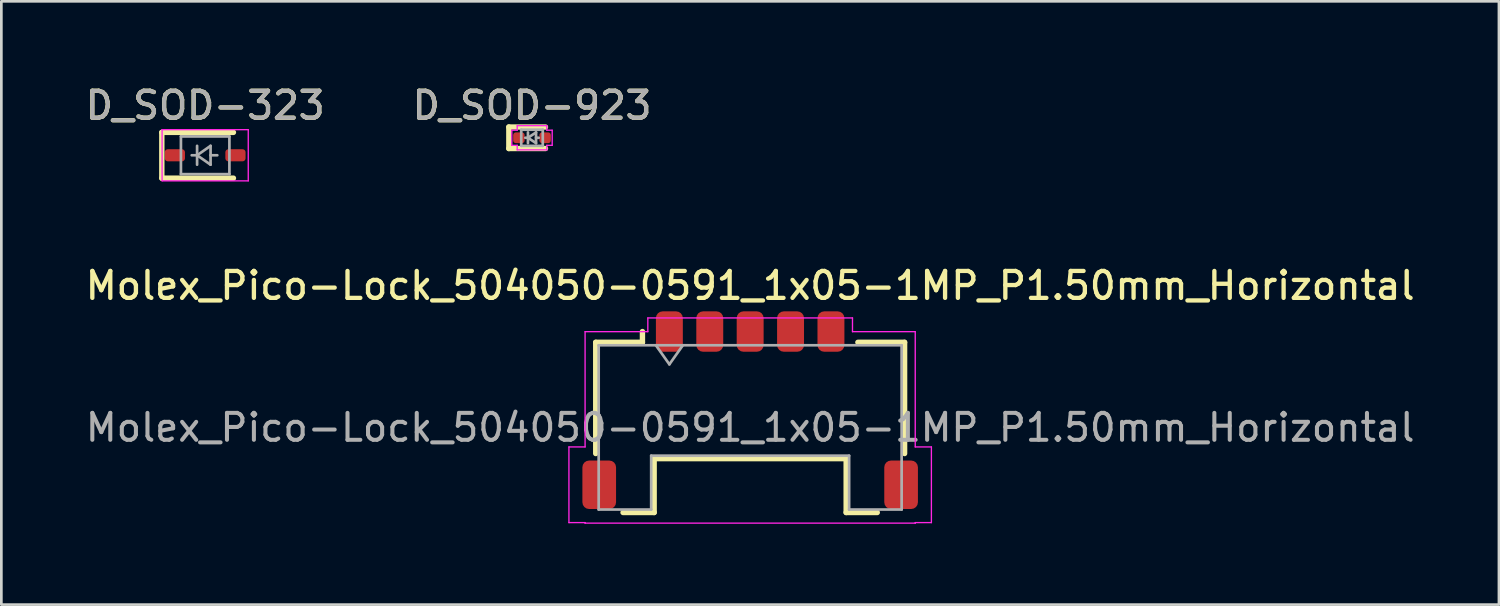
<source format=kicad_pcb>
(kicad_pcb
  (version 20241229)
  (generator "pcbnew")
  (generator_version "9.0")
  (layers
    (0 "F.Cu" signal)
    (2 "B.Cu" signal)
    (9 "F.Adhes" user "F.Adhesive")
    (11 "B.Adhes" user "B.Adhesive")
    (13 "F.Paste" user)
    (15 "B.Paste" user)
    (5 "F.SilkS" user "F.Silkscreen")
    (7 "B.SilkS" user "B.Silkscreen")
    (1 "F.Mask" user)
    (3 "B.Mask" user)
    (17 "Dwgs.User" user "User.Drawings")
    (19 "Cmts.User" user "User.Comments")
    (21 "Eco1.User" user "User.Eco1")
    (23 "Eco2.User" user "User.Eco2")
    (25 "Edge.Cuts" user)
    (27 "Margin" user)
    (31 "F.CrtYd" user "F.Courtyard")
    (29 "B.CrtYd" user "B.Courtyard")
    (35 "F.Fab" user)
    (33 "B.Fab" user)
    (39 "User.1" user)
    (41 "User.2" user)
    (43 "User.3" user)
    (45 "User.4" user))
  (footprint "D_SOD-323"
    (layer "F.Cu")
    (at 4.569 2.716)
    (property "Reference" "D_SOD-323" (at 0 -1.85 0) (layer "F.SilkS") (effects (font (size 1 1) (thickness 0.16))))
    (attr smd)
    (fp_line (start -1.61 -0.85) (end -1.61 0.85) (stroke (width 0.2) (type solid)) (layer "F.SilkS"))
    (fp_line (start -1.61 -0.85) (end 1.05 -0.85) (stroke (width 0.2) (type solid)) (layer "F.SilkS"))
    (fp_line (start -1.61 0.85) (end 1.05 0.85) (stroke (width 0.2) (type solid)) (layer "F.SilkS"))
    (fp_line (start -1.6 -0.95) (end -1.6 0.95) (stroke (width 0.05) (type solid)) (layer "F.CrtYd"))
    (fp_line (start -1.6 -0.95) (end 1.6 -0.95) (stroke (width 0.05) (type solid)) (layer "F.CrtYd"))
    (fp_line (start -1.6 0.95) (end 1.6 0.95) (stroke (width 0.05) (type solid)) (layer "F.CrtYd"))
    (fp_line (start 1.6 -0.95) (end 1.6 0.95) (stroke (width 0.05) (type solid)) (layer "F.CrtYd"))
    (fp_line (start -0.9 -0.7) (end 0.9 -0.7) (stroke (width 0.1) (type solid)) (layer "F.Fab"))
    (fp_line (start -0.9 0.7) (end -0.9 -0.7) (stroke (width 0.1) (type solid)) (layer "F.Fab"))
    (fp_line (start -0.3 -0.35) (end -0.3 0.35) (stroke (width 0.1) (type solid)) (layer "F.Fab"))
    (fp_line (start -0.3 0) (end -0.5 0) (stroke (width 0.1) (type solid)) (layer "F.Fab"))
    (fp_line (start -0.3 0) (end 0.2 -0.35) (stroke (width 0.1) (type solid)) (layer "F.Fab"))
    (fp_line (start 0.2 -0.35) (end 0.2 0.35) (stroke (width 0.1) (type solid)) (layer "F.Fab"))
    (fp_line (start 0.2 0) (end 0.45 0) (stroke (width 0.1) (type solid)) (layer "F.Fab"))
    (fp_line (start 0.2 0.35) (end -0.3 0) (stroke (width 0.1) (type solid)) (layer "F.Fab"))
    (fp_line (start 0.9 -0.7) (end 0.9 0.7) (stroke (width 0.1) (type solid)) (layer "F.Fab"))
    (fp_line (start 0.9 0.7) (end -0.9 0.7) (stroke (width 0.1) (type solid)) (layer "F.Fab"))
    (fp_text user "${REFERENCE}" (at 0 -1.85 0) (layer "F.Fab") (effects (font (size 1 1) (thickness 0.15))))
    (pad "1" smd roundrect (at -1.125 0) (size 0.75 0.45) (layers "F.Cu" "F.Mask" "F.Paste") (roundrect_rratio 0.25))
    (pad "2" smd roundrect (at 1.125 0) (size 0.75 0.45) (layers "F.Cu" "F.Mask" "F.Paste") (roundrect_rratio 0.25)))
  (footprint "D_SOD-923"
    (layer "F.Cu")
    (at 16.706 2.066)
    (property "Reference" "D_SOD-923" (at 0 -1.2 0) (layer "F.SilkS") (effects (font (size 1 1) (thickness 0.16))))
    (attr smd)
    (fp_line (start -0.86 -0.4) (end -0.86 0.4) (stroke (width 0.2) (type solid)) (layer "F.SilkS"))
    (fp_line (start 0.5 -0.4) (end -0.86 -0.4) (stroke (width 0.2) (type solid)) (layer "F.SilkS"))
    (fp_line (start 0.5 0.4) (end -0.86 0.4) (stroke (width 0.2) (type solid)) (layer "F.SilkS"))
    (fp_line (start -0.75 -0.28) (end -0.75 0.28) (stroke (width 0.05) (type solid)) (layer "F.CrtYd"))
    (fp_line (start -0.75 0.28) (end -0.55 0.28) (stroke (width 0.05) (type solid)) (layer "F.CrtYd"))
    (fp_line (start -0.55 -0.45) (end 0.55 -0.45) (stroke (width 0.05) (type solid)) (layer "F.CrtYd"))
    (fp_line (start -0.55 -0.28) (end -0.75 -0.28) (stroke (width 0.05) (type solid)) (layer "F.CrtYd"))
    (fp_line (start -0.55 -0.28) (end -0.55 -0.45) (stroke (width 0.05) (type solid)) (layer "F.CrtYd"))
    (fp_line (start -0.55 0.45) (end -0.55 0.28) (stroke (width 0.05) (type solid)) (layer "F.CrtYd"))
    (fp_line (start 0.55 -0.45) (end 0.55 -0.28) (stroke (width 0.05) (type solid)) (layer "F.CrtYd"))
    (fp_line (start 0.55 -0.28) (end 0.75 -0.28) (stroke (width 0.05) (type solid)) (layer "F.CrtYd"))
    (fp_line (start 0.55 0.28) (end 0.55 0.45) (stroke (width 0.05) (type solid)) (layer "F.CrtYd"))
    (fp_line (start 0.55 0.45) (end -0.55 0.45) (stroke (width 0.05) (type solid)) (layer "F.CrtYd"))
    (fp_line (start 0.75 -0.28) (end 0.75 0.28) (stroke (width 0.05) (type solid)) (layer "F.CrtYd"))
    (fp_line (start 0.75 0.28) (end 0.55 0.28) (stroke (width 0.05) (type solid)) (layer "F.CrtYd"))
    (fp_line (start -0.4 -0.3) (end 0.4 -0.3) (stroke (width 0.1) (type solid)) (layer "F.Fab"))
    (fp_line (start -0.4 0.3) (end -0.4 -0.3) (stroke (width 0.1) (type solid)) (layer "F.Fab"))
    (fp_line (start -0.15 0) (end -0.25 0) (stroke (width 0.1) (type solid)) (layer "F.Fab"))
    (fp_line (start -0.15 0) (end 0.15 0.2) (stroke (width 0.1) (type solid)) (layer "F.Fab"))
    (fp_line (start -0.15 0.2) (end -0.15 -0.2) (stroke (width 0.1) (type solid)) (layer "F.Fab"))
    (fp_line (start 0.15 -0.2) (end -0.15 0) (stroke (width 0.1) (type solid)) (layer "F.Fab"))
    (fp_line (start 0.15 0) (end 0.25 0) (stroke (width 0.1) (type solid)) (layer "F.Fab"))
    (fp_line (start 0.15 0.2) (end 0.15 -0.2) (stroke (width 0.1) (type solid)) (layer "F.Fab"))
    (fp_line (start 0.4 -0.3) (end 0.4 0.3) (stroke (width 0.1) (type solid)) (layer "F.Fab"))
    (fp_line (start 0.4 0.3) (end -0.4 0.3) (stroke (width 0.1) (type solid)) (layer "F.Fab"))
    (fp_text user "${REFERENCE}" (at 0 -1.2 0) (layer "F.Fab") (effects (font (size 1 1) (thickness 0.15))))
    (pad "1" smd roundrect (at -0.487 0 180) (size 0.425 0.4) (layers "F.Cu" "F.Mask" "F.Paste") (roundrect_rratio 0.25))
    (pad "2" smd roundrect (at 0.487 0 180) (size 0.425 0.4) (layers "F.Cu" "F.Mask" "F.Paste") (roundrect_rratio 0.25)))
  (footprint "Molex_Pico-Lock_504050-0591_1x05-1MP_P1.50mm_Horizontal"
    (layer "F.Cu")
    (at 24.807 12.557)
    (property "Reference" "Molex_Pico-Lock_504050-0591_1x05-1MP_P1.50mm_Horizontal" (at 0 -5 0) (layer "F.SilkS") (effects (font (size 1 1) (thickness 0.16))))
    (attr smd)
    (fp_line (start -5.735 -2.895) (end -4 -2.895) (stroke (width 0.2) (type solid)) (layer "F.SilkS"))
    (fp_line (start -5.735 1.235) (end -5.735 -2.895) (stroke (width 0.2) (type solid)) (layer "F.SilkS"))
    (fp_line (start -4.72 3.425) (end -3.565 3.425) (stroke (width 0.2) (type solid)) (layer "F.SilkS"))
    (fp_line (start -4 -2.895) (end -4 -3.295) (stroke (width 0.2) (type solid)) (layer "F.SilkS"))
    (fp_line (start -3.565 1.425) (end 3.565 1.425) (stroke (width 0.2) (type solid)) (layer "F.SilkS"))
    (fp_line (start -3.565 3.425) (end -3.565 1.425) (stroke (width 0.2) (type solid)) (layer "F.SilkS"))
    (fp_line (start 3.565 1.425) (end 3.565 3.425) (stroke (width 0.2) (type solid)) (layer "F.SilkS"))
    (fp_line (start 3.565 3.425) (end 4.72 3.425) (stroke (width 0.2) (type solid)) (layer "F.SilkS"))
    (fp_line (start 5.735 -2.895) (end 4 -2.895) (stroke (width 0.2) (type solid)) (layer "F.SilkS"))
    (fp_line (start 5.735 1.235) (end 5.735 -2.895) (stroke (width 0.2) (type solid)) (layer "F.SilkS"))
    (fp_line (start -6.73 0.99) (end -6.13 0.99) (stroke (width 0.05) (type solid)) (layer "F.CrtYd"))
    (fp_line (start -6.73 3.8) (end -6.73 0.99) (stroke (width 0.05) (type solid)) (layer "F.CrtYd"))
    (fp_line (start -6.13 -3.29) (end -3.8 -3.29) (stroke (width 0.05) (type solid)) (layer "F.CrtYd"))
    (fp_line (start -6.13 0.99) (end -6.13 -3.29) (stroke (width 0.05) (type solid)) (layer "F.CrtYd"))
    (fp_line (start -6.13 3.8) (end -6.73 3.8) (stroke (width 0.05) (type solid)) (layer "F.CrtYd"))
    (fp_line (start -6.13 3.82) (end -6.13 3.8) (stroke (width 0.05) (type solid)) (layer "F.CrtYd"))
    (fp_line (start -3.8 -3.8) (end 3.8 -3.8) (stroke (width 0.05) (type solid)) (layer "F.CrtYd"))
    (fp_line (start -3.8 -3.29) (end -3.8 -3.8) (stroke (width 0.05) (type solid)) (layer "F.CrtYd"))
    (fp_line (start 3.8 -3.8) (end 3.8 -3.29) (stroke (width 0.05) (type solid)) (layer "F.CrtYd"))
    (fp_line (start 3.8 -3.29) (end 6.13 -3.29) (stroke (width 0.05) (type solid)) (layer "F.CrtYd"))
    (fp_line (start 6.13 -3.29) (end 6.13 0.99) (stroke (width 0.05) (type solid)) (layer "F.CrtYd"))
    (fp_line (start 6.13 0.99) (end 6.73 0.99) (stroke (width 0.05) (type solid)) (layer "F.CrtYd"))
    (fp_line (start 6.13 3.8) (end 6.13 3.82) (stroke (width 0.05) (type solid)) (layer "F.CrtYd"))
    (fp_line (start 6.13 3.82) (end -6.13 3.82) (stroke (width 0.05) (type solid)) (layer "F.CrtYd"))
    (fp_line (start 6.73 0.99) (end 6.73 3.8) (stroke (width 0.05) (type solid)) (layer "F.CrtYd"))
    (fp_line (start 6.73 3.8) (end 6.13 3.8) (stroke (width 0.05) (type solid)) (layer "F.CrtYd"))
    (fp_line (start -5.625 -2.785) (end -5.625 3.315) (stroke (width 0.1) (type solid)) (layer "F.Fab"))
    (fp_line (start -5.625 -2.785) (end 5.625 -2.785) (stroke (width 0.1) (type solid)) (layer "F.Fab"))
    (fp_line (start -5.625 3.315) (end -3.675 3.315) (stroke (width 0.1) (type solid)) (layer "F.Fab"))
    (fp_line (start -3.675 1.315) (end 3.675 1.315) (stroke (width 0.1) (type solid)) (layer "F.Fab"))
    (fp_line (start -3.675 3.315) (end -3.675 1.315) (stroke (width 0.1) (type solid)) (layer "F.Fab"))
    (fp_line (start -3.5 -2.785) (end -3 -2.078) (stroke (width 0.1) (type solid)) (layer "F.Fab"))
    (fp_line (start -3 -2.078) (end -2.5 -2.785) (stroke (width 0.1) (type solid)) (layer "F.Fab"))
    (fp_line (start 3.675 1.315) (end 3.675 3.315) (stroke (width 0.1) (type solid)) (layer "F.Fab"))
    (fp_line (start 3.675 3.315) (end 5.625 3.315) (stroke (width 0.1) (type solid)) (layer "F.Fab"))
    (fp_line (start 5.625 -2.785) (end 5.625 3.315) (stroke (width 0.1) (type solid)) (layer "F.Fab"))
    (fp_text user "${REFERENCE}" (at 0 0.27 0) (layer "F.Fab") (effects (font (size 1 1) (thickness 0.15))))
    (pad "1" smd roundrect (at -3 -3.295) (size 1 1.5) (layers "F.Cu" "F.Mask" "F.Paste") (roundrect_rratio 0.25))
    (pad "2" smd roundrect (at -1.5 -3.295) (size 1 1.5) (layers "F.Cu" "F.Mask" "F.Paste") (roundrect_rratio 0.25))
    (pad "3" smd roundrect (at 0 -3.295) (size 1 1.5) (layers "F.Cu" "F.Mask" "F.Paste") (roundrect_rratio 0.25))
    (pad "4" smd roundrect (at 1.5 -3.295) (size 1 1.5) (layers "F.Cu" "F.Mask" "F.Paste") (roundrect_rratio 0.25))
    (pad "5" smd roundrect (at 3 -3.295) (size 1 1.5) (layers "F.Cu" "F.Mask" "F.Paste") (roundrect_rratio 0.25))
    (pad "MP" smd roundrect (at -5.605 2.395) (size 1.25 1.8) (layers "F.Cu" "F.Mask" "F.Paste") (roundrect_rratio 0.2))
    (pad "MP" smd roundrect (at 5.605 2.395) (size 1.25 1.8) (layers "F.Cu" "F.Mask" "F.Paste") (roundrect_rratio 0.2)))
  (gr_rect
    (start -3 -3)
    (end 52.613 19.402)
    (stroke (width 0.1) (type default))
    (fill no)
    (layer "Edge.Cuts")))
</source>
